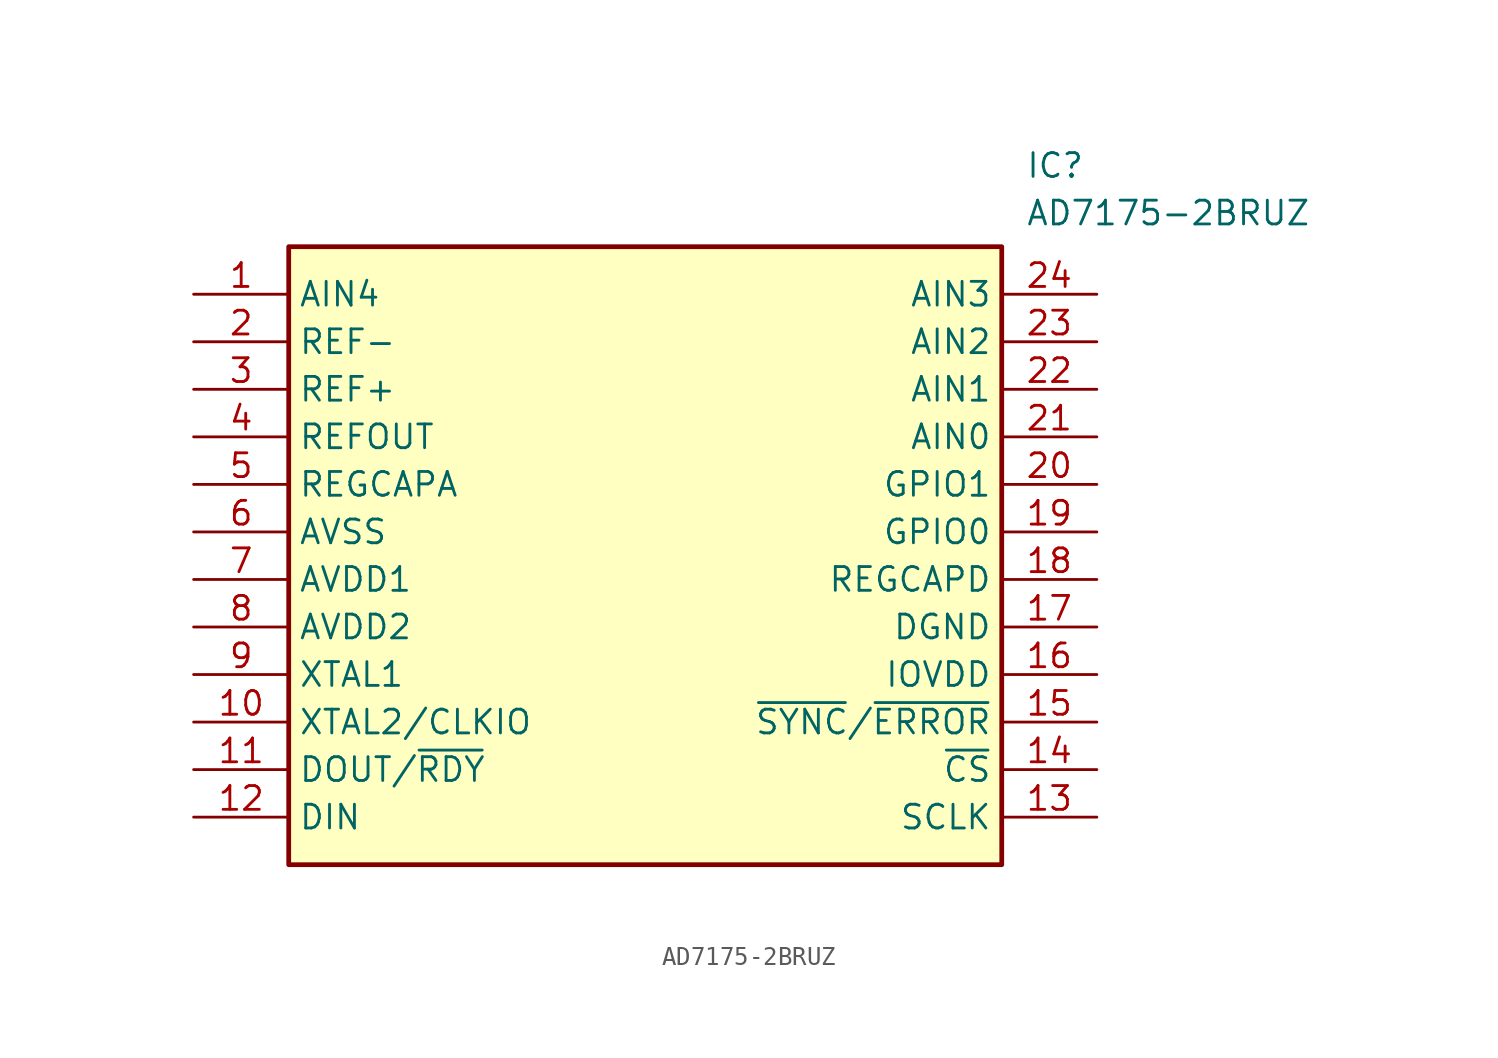
<source format=kicad_sym>
(kicad_symbol_lib
  (version 20211014)
  (generator SamacSys_ECAD_Model)
  (symbol "AD7175-2BRUZ"
    (property "Reference" "IC"
      (at 44.45 7.62 0)
      (effects (font (size 1.27 1.27)) (justify left top)))
    (property "Value" "AD7175-2BRUZ"
      (at 44.45 5.08 0)
      (effects (font (size 1.27 1.27)) (justify left top)))
    (rectangle
      (start 5.08 2.54)
      (end 43.18 -30.48)
      (stroke (width 0.254) (type default))
      (fill (type background)))
    (pin passive line
      (at 0 0 0)
      (length 5.08)
      (name "AIN4" (effects (font (size 1.27 1.27))))
      (number "1" (effects (font (size 1.27 1.27)))))
    (pin passive line
      (at 0 -2.54 0)
      (length 5.08)
      (name "REF-" (effects (font (size 1.27 1.27))))
      (number "2" (effects (font (size 1.27 1.27)))))
    (pin passive line
      (at 0 -5.08 0)
      (length 5.08)
      (name "REF+" (effects (font (size 1.27 1.27))))
      (number "3" (effects (font (size 1.27 1.27)))))
    (pin passive line
      (at 0 -7.62 0)
      (length 5.08)
      (name "REFOUT" (effects (font (size 1.27 1.27))))
      (number "4" (effects (font (size 1.27 1.27)))))
    (pin passive line
      (at 0 -10.16 0)
      (length 5.08)
      (name "REGCAPA" (effects (font (size 1.27 1.27))))
      (number "5" (effects (font (size 1.27 1.27)))))
    (pin passive line
      (at 0 -12.7 0)
      (length 5.08)
      (name "AVSS" (effects (font (size 1.27 1.27))))
      (number "6" (effects (font (size 1.27 1.27)))))
    (pin passive line
      (at 0 -15.24 0)
      (length 5.08)
      (name "AVDD1" (effects (font (size 1.27 1.27))))
      (number "7" (effects (font (size 1.27 1.27)))))
    (pin passive line
      (at 0 -17.78 0)
      (length 5.08)
      (name "AVDD2" (effects (font (size 1.27 1.27))))
      (number "8" (effects (font (size 1.27 1.27)))))
    (pin passive line
      (at 0 -20.32 0)
      (length 5.08)
      (name "XTAL1" (effects (font (size 1.27 1.27))))
      (number "9" (effects (font (size 1.27 1.27)))))
    (pin passive line
      (at 0 -22.86 0)
      (length 5.08)
      (name "XTAL2/CLKIO" (effects (font (size 1.27 1.27))))
      (number "10" (effects (font (size 1.27 1.27)))))
    (pin passive line
      (at 0 -25.4 0)
      (length 5.08)
      (name "DOUT/~{RDY}" (effects (font (size 1.27 1.27))))
      (number "11" (effects (font (size 1.27 1.27)))))
    (pin passive line
      (at 0 -27.94 0)
      (length 5.08)
      (name "DIN" (effects (font (size 1.27 1.27))))
      (number "12" (effects (font (size 1.27 1.27)))))
    (pin passive line
      (at 48.26 0 180)
      (length 5.08)
      (name "AIN3" (effects (font (size 1.27 1.27))))
      (number "24" (effects (font (size 1.27 1.27)))))
    (pin passive line
      (at 48.26 -2.54 180)
      (length 5.08)
      (name "AIN2" (effects (font (size 1.27 1.27))))
      (number "23" (effects (font (size 1.27 1.27)))))
    (pin passive line
      (at 48.26 -5.08 180)
      (length 5.08)
      (name "AIN1" (effects (font (size 1.27 1.27))))
      (number "22" (effects (font (size 1.27 1.27)))))
    (pin passive line
      (at 48.26 -7.62 180)
      (length 5.08)
      (name "AIN0" (effects (font (size 1.27 1.27))))
      (number "21" (effects (font (size 1.27 1.27)))))
    (pin passive line
      (at 48.26 -10.16 180)
      (length 5.08)
      (name "GPIO1" (effects (font (size 1.27 1.27))))
      (number "20" (effects (font (size 1.27 1.27)))))
    (pin passive line
      (at 48.26 -12.7 180)
      (length 5.08)
      (name "GPIO0" (effects (font (size 1.27 1.27))))
      (number "19" (effects (font (size 1.27 1.27)))))
    (pin passive line
      (at 48.26 -15.24 180)
      (length 5.08)
      (name "REGCAPD" (effects (font (size 1.27 1.27))))
      (number "18" (effects (font (size 1.27 1.27)))))
    (pin passive line
      (at 48.26 -17.78 180)
      (length 5.08)
      (name "DGND" (effects (font (size 1.27 1.27))))
      (number "17" (effects (font (size 1.27 1.27)))))
    (pin passive line
      (at 48.26 -20.32 180)
      (length 5.08)
      (name "IOVDD" (effects (font (size 1.27 1.27))))
      (number "16" (effects (font (size 1.27 1.27)))))
    (pin passive line
      (at 48.26 -22.86 180)
      (length 5.08)
      (name "~{SYNC}/~{ERROR}" (effects (font (size 1.27 1.27))))
      (number "15" (effects (font (size 1.27 1.27)))))
    (pin passive line
      (at 48.26 -25.4 180)
      (length 5.08)
      (name "~{CS}" (effects (font (size 1.27 1.27))))
      (number "14" (effects (font (size 1.27 1.27)))))
    (pin passive line
      (at 48.26 -27.94 180)
      (length 5.08)
      (name "SCLK" (effects (font (size 1.27 1.27))))
      (number "13" (effects (font (size 1.27 1.27)))))))
</source>
